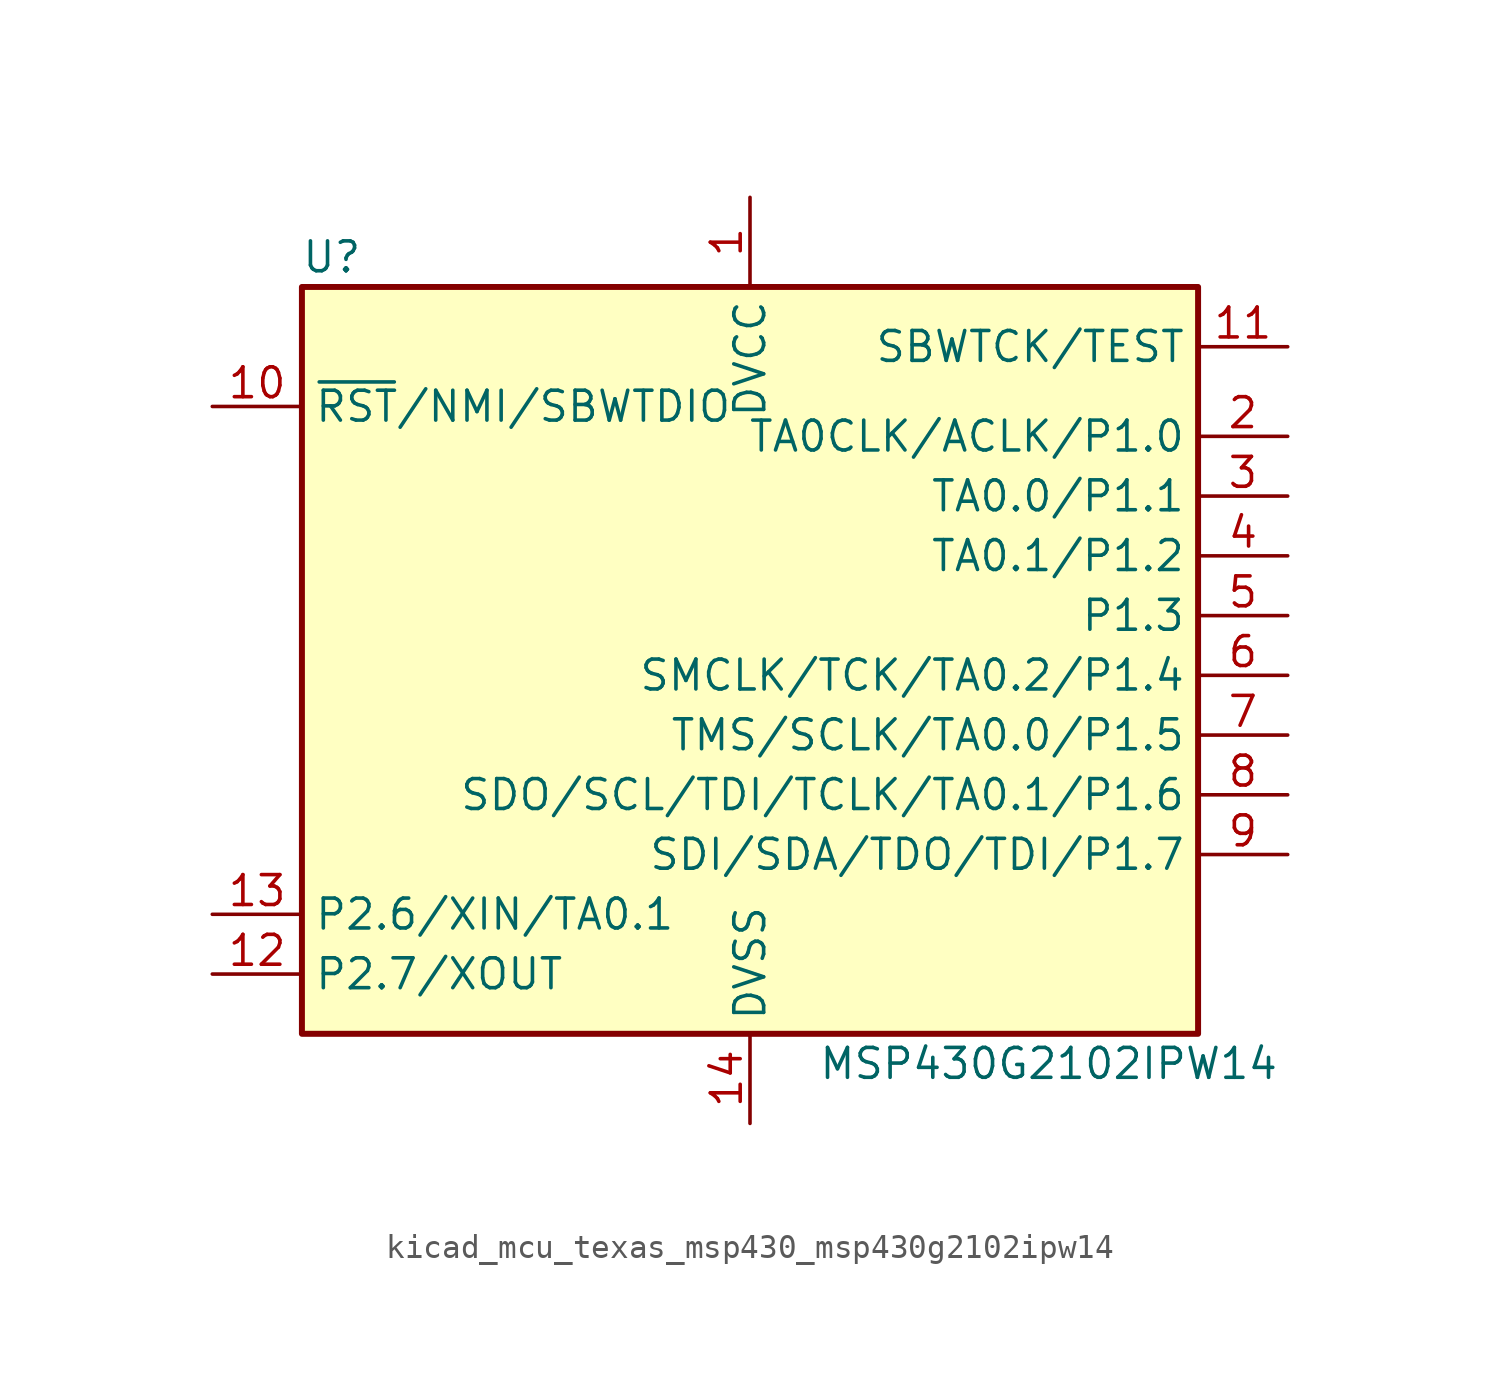
<source format=kicad_sym>
(kicad_symbol_lib
  (version 20220914)
  (generator kicad_symbol_editor)
  (symbol "kicad_mcu_texas_msp430_msp430g2102ipw14"
    (property "Reference" "U"
      (at -17.78 17.78 0)
      (effects (font (size 1.27 1.27))))
    (property "Value" "MSP430G2102IPW14"
      (at 12.7 -16.51 0)
      (effects (font (size 1.27 1.27))))
    (symbol "kicad_mcu_texas_msp430_msp430g2102ipw14_0_1"
      (rectangle (start -19.05 16.51) (end 19.05 -15.24) (stroke (width 0.254) (type default)) (fill (type background))))
    (symbol "kicad_mcu_texas_msp430_msp430g2102ipw14_1_1"
      (pin power_in line (at 0 20.32 270) (length 3.81) (name "DVCC" (effects (font (size 1.27 1.27)))) (number "1" (effects (font (size 1.27 1.27)))))
      (pin input line (at -22.86 11.43 0) (length 3.81) (name "~{RST}/NMI/SBWTDIO" (effects (font (size 1.27 1.27)))) (number "10" (effects (font (size 1.27 1.27)))))
      (pin input line (at 22.86 13.97 180) (length 3.81) (name "SBWTCK/TEST" (effects (font (size 1.27 1.27)))) (number "11" (effects (font (size 1.27 1.27)))))
      (pin bidirectional line (at -22.86 -12.7 0) (length 3.81) (name "P2.7/XOUT" (effects (font (size 1.27 1.27)))) (number "12" (effects (font (size 1.27 1.27)))))
      (pin bidirectional line (at -22.86 -10.16 0) (length 3.81) (name "P2.6/XIN/TA0.1" (effects (font (size 1.27 1.27)))) (number "13" (effects (font (size 1.27 1.27)))))
      (pin power_in line (at 0 -19.05 90) (length 3.81) (name "DVSS" (effects (font (size 1.27 1.27)))) (number "14" (effects (font (size 1.27 1.27)))))
      (pin bidirectional line (at 22.86 10.16 180) (length 3.81) (name "TA0CLK/ACLK/P1.0" (effects (font (size 1.27 1.27)))) (number "2" (effects (font (size 1.27 1.27)))))
      (pin bidirectional line (at 22.86 7.62 180) (length 3.81) (name "TA0.0/P1.1" (effects (font (size 1.27 1.27)))) (number "3" (effects (font (size 1.27 1.27)))))
      (pin bidirectional line (at 22.86 5.08 180) (length 3.81) (name "TA0.1/P1.2" (effects (font (size 1.27 1.27)))) (number "4" (effects (font (size 1.27 1.27)))))
      (pin bidirectional line (at 22.86 2.54 180) (length 3.81) (name "P1.3" (effects (font (size 1.27 1.27)))) (number "5" (effects (font (size 1.27 1.27)))))
      (pin bidirectional line (at 22.86 0 180) (length 3.81) (name "SMCLK/TCK/TA0.2/P1.4" (effects (font (size 1.27 1.27)))) (number "6" (effects (font (size 1.27 1.27)))))
      (pin bidirectional line (at 22.86 -2.54 180) (length 3.81) (name "TMS/SCLK/TA0.0/P1.5" (effects (font (size 1.27 1.27)))) (number "7" (effects (font (size 1.27 1.27)))))
      (pin bidirectional line (at 22.86 -5.08 180) (length 3.81) (name "SDO/SCL/TDI/TCLK/TA0.1/P1.6" (effects (font (size 1.27 1.27)))) (number "8" (effects (font (size 1.27 1.27)))))
      (pin bidirectional line (at 22.86 -7.62 180) (length 3.81) (name "SDI/SDA/TDO/TDI/P1.7" (effects (font (size 1.27 1.27)))) (number "9" (effects (font (size 1.27 1.27))))))))
</source>
